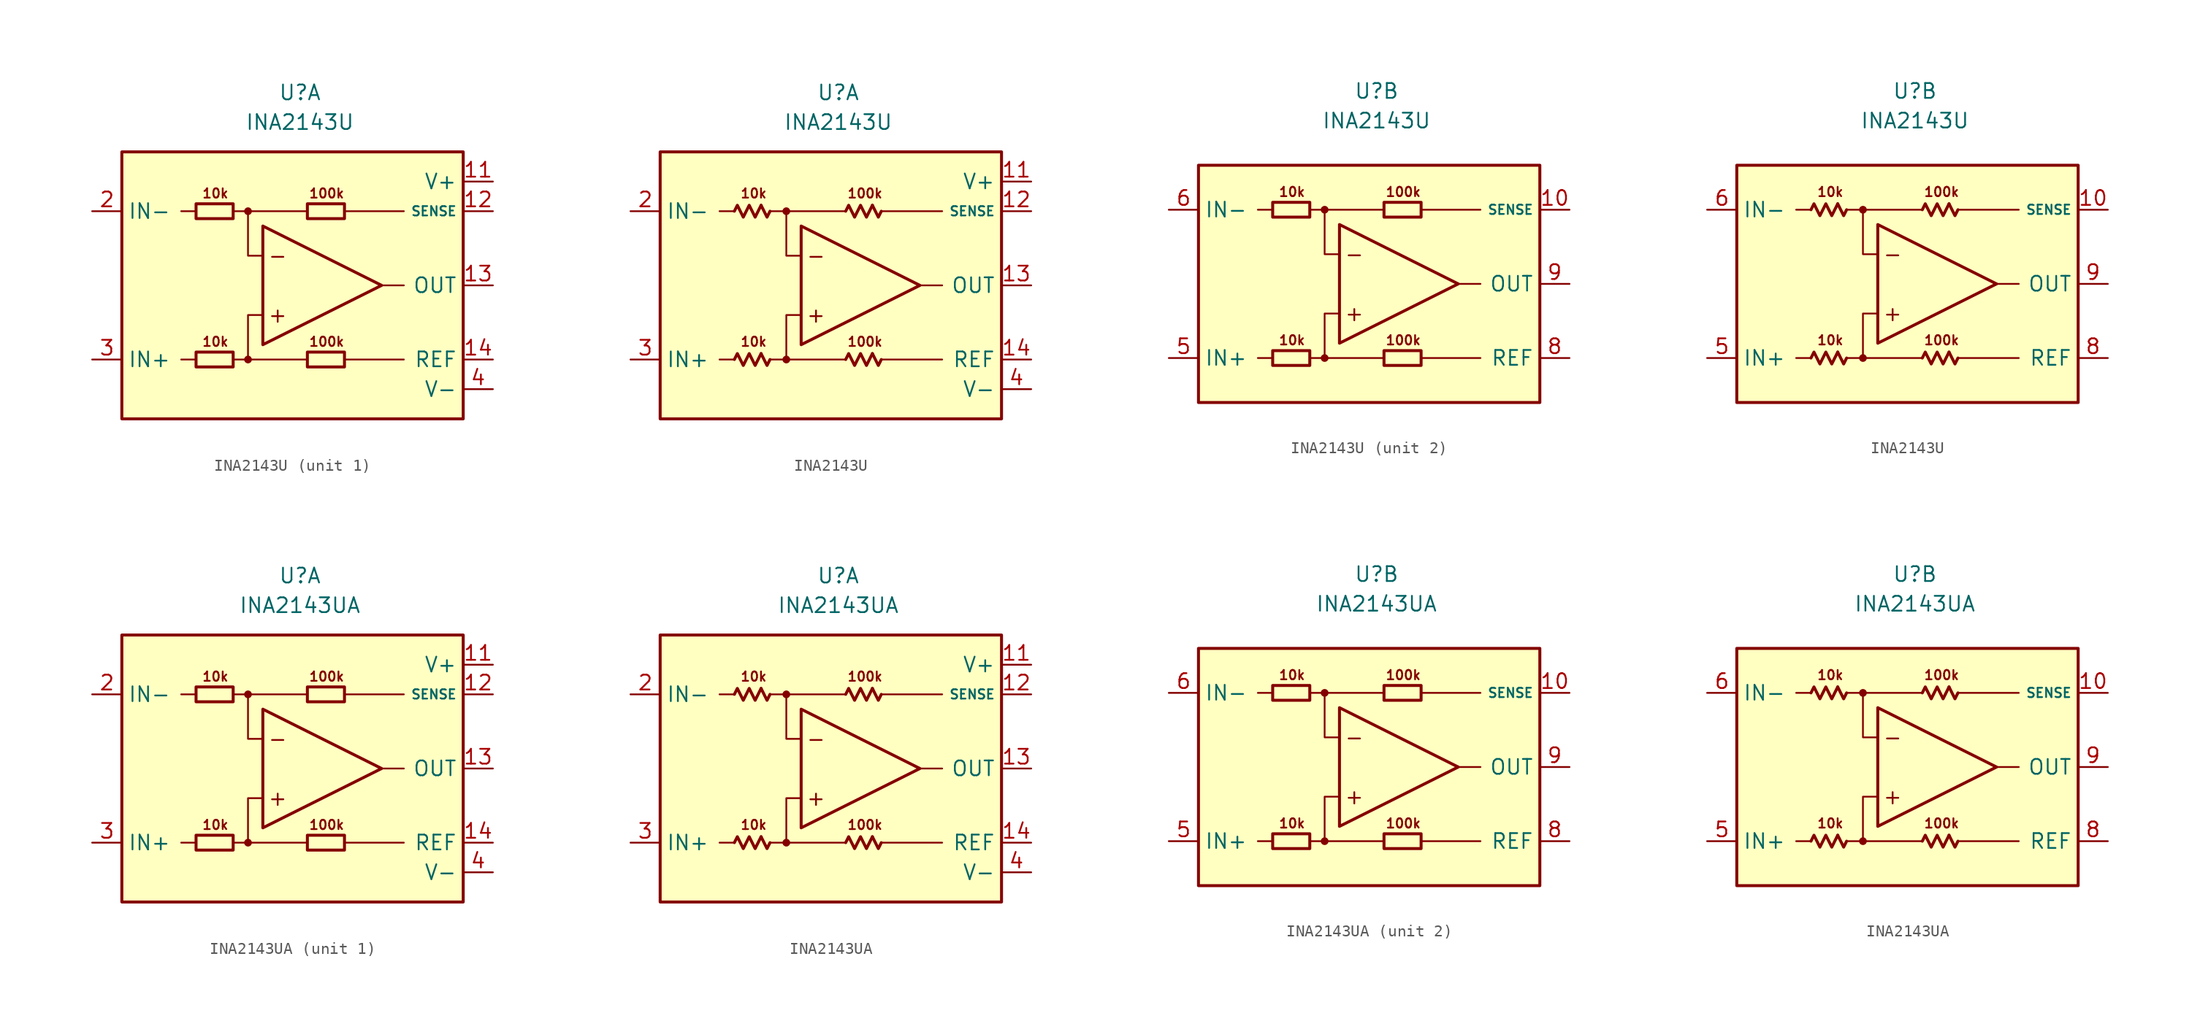
<source format=kicad_sym>
(kicad_symbol_lib
  (version 20231120)
  (generator "kicad_symbol_editor")
  (generator_version "8.0")
  (symbol "INA2143U"
    (property "Reference" "U"
      (at 0 16.51 0)
      (effects (font (size 1.27 1.27))))
    (property "Value" "INA2143U"
      (at 0 13.97 0)
      (effects (font (size 1.27 1.27))))
    (property "ki_locked" ""
      (at 0 0 0)
      (effects (font (size 1.27 1.27))))
    (symbol "INA2143U_0_0"
      (circle (center -4.445 -6.35) (radius 0.254) (stroke (width 0.152) (type default)) (fill (type outline)))
      (circle (center -4.445 6.35) (radius 0.254) (stroke (width 0.152) (type default)) (fill (type outline)))
      (polyline (pts (xy -8.89 -6.35) (xy -10.16 -6.35)) (stroke (width 0.152) (type default)) (fill (type none)))
      (polyline (pts (xy -8.89 6.35) (xy -10.16 6.35)) (stroke (width 0.152) (type default)) (fill (type none)))
      (polyline (pts (xy -4.445 6.35) (xy 0.635 6.35)) (stroke (width 0.152) (type default)) (fill (type none)))
      (polyline (pts (xy 0.635 -6.35) (xy -4.445 -6.35)) (stroke (width 0.152) (type default)) (fill (type none)))
      (polyline (pts (xy 3.81 -6.35) (xy 8.89 -6.35)) (stroke (width 0.152) (type default)) (fill (type none)))
      (polyline (pts (xy 3.81 6.35) (xy 8.89 6.35)) (stroke (width 0.152) (type default)) (fill (type none)))
      (polyline (pts (xy 8.89 0) (xy 6.985 0)) (stroke (width 0.152) (type default)) (fill (type none)))
      (polyline (pts (xy -5.715 -6.35) (xy -4.445 -6.35) (xy -4.445 -2.54) (xy -3.175 -2.54)) (stroke (width 0.152) (type default)) (fill (type none)))
      (polyline (pts (xy -3.175 2.54) (xy -4.445 2.54) (xy -4.445 6.35) (xy -5.715 6.35)) (stroke (width 0.152) (type default)) (fill (type none)))
      (polyline (pts (xy -3.175 5.08) (xy -3.175 -5.08) (xy 6.985 0) (xy -3.175 5.08)) (stroke (width 0.254) (type default)) (fill (type none)))
      (text "+" (at -1.905 -2.54 0) (effects (font (size 1.27 1.27))))
      (text "-" (at -1.905 2.54 0) (effects (font (size 1.27 1.27))))
      (text "100k" (at 2.286 -4.826 0) (effects (font (size 0.8 0.8))))
      (text "100k" (at 2.286 7.874 0) (effects (font (size 0.8 0.8))))
      (text "10k" (at -7.239 -4.826 0) (effects (font (size 0.8 0.8))))
      (text "10k" (at -7.239 7.874 0) (effects (font (size 0.8 0.8)))))
    (symbol "INA2143U_0_1"
      (rectangle (start -8.89 -5.715) (end -5.715 -6.985) (stroke (width 0.254) (type default)) (fill (type none)))
      (rectangle (start -8.89 6.985) (end -5.715 5.715) (stroke (width 0.254) (type default)) (fill (type none)))
      (rectangle (start 0.635 -5.715) (end 3.81 -6.985) (stroke (width 0.254) (type default)) (fill (type none)))
      (rectangle (start 0.635 6.985) (end 3.81 5.715) (stroke (width 0.254) (type default)) (fill (type none))))
    (symbol "INA2143U_0_2"
      (polyline (pts (xy -6.604 -5.842) (xy -6.096 -6.858) (xy -5.842 -6.35)) (stroke (width 0.254) (type default)) (fill (type none)))
      (polyline (pts (xy -6.604 6.858) (xy -6.096 5.842) (xy -5.842 6.35)) (stroke (width 0.254) (type default)) (fill (type none)))
      (polyline (pts (xy 2.921 -5.842) (xy 3.429 -6.858) (xy 3.683 -6.35)) (stroke (width 0.254) (type default)) (fill (type none)))
      (polyline (pts (xy 2.921 6.858) (xy 3.429 5.842) (xy 3.683 6.35)) (stroke (width 0.254) (type default)) (fill (type none)))
      (polyline (pts (xy -8.89 -6.35) (xy -8.636 -5.842) (xy -8.128 -6.858) (xy -7.62 -5.842) (xy -7.112 -6.858) (xy -6.604 -5.842)) (stroke (width 0.254) (type default)) (fill (type none)))
      (polyline (pts (xy -8.89 6.35) (xy -8.636 6.858) (xy -8.128 5.842) (xy -7.62 6.858) (xy -7.112 5.842) (xy -6.604 6.858)) (stroke (width 0.254) (type default)) (fill (type none)))
      (polyline (pts (xy 0.635 -6.35) (xy 0.889 -5.842) (xy 1.397 -6.858) (xy 1.905 -5.842) (xy 2.413 -6.858) (xy 2.921 -5.842)) (stroke (width 0.254) (type default)) (fill (type none)))
      (polyline (pts (xy 0.635 6.35) (xy 0.889 6.858) (xy 1.397 5.842) (xy 1.905 6.858) (xy 2.413 5.842) (xy 2.921 6.858)) (stroke (width 0.254) (type default)) (fill (type none))))
    (symbol "INA2143U_1_0"
      (rectangle (start -15.24 11.43) (end 13.97 -11.43) (stroke (width 0.254) (type default)) (fill (type background))))
    (symbol "INA2143U_1_1"
      (pin free line (at -10.16 1.27 0) (length 2.54) hide (name "NC" (effects (font (size 1.27 1.27)))) (number "1" (effects (font (size 1.27 1.27)))))
      (pin power_in line (at 16.51 8.89 180) (length 2.54) (name "V+" (effects (font (size 1.27 1.27)))) (number "11" (effects (font (size 1.27 1.27)))))
      (pin input line (at 16.51 6.35 180) (length 2.54) (name "SENSE" (effects (font (size 0.8 0.8)))) (number "12" (effects (font (size 1.27 1.27)))))
      (pin output line (at 16.51 0 180) (length 2.54) (name "OUT" (effects (font (size 1.27 1.27)))) (number "13" (effects (font (size 1.27 1.27)))))
      (pin input line (at 16.51 -6.35 180) (length 2.54) (name "REF" (effects (font (size 1.27 1.27)))) (number "14" (effects (font (size 1.27 1.27)))))
      (pin input line (at -17.78 6.35 0) (length 2.54) (name "IN-" (effects (font (size 1.27 1.27)))) (number "2" (effects (font (size 1.27 1.27)))))
      (pin input line (at -17.78 -6.35 0) (length 2.54) (name "IN+" (effects (font (size 1.27 1.27)))) (number "3" (effects (font (size 1.27 1.27)))))
      (pin power_in line (at 16.51 -8.89 180) (length 2.54) (name "V-" (effects (font (size 1.27 1.27)))) (number "4" (effects (font (size 1.27 1.27)))))
      (pin free line (at -10.16 -1.27 0) (length 2.54) hide (name "NC" (effects (font (size 1.27 1.27)))) (number "7" (effects (font (size 1.27 1.27))))))
    (symbol "INA2143U_1_2"
      (pin free line (at -10.16 1.27 0) (length 2.54) hide (name "NC" (effects (font (size 1.27 1.27)))) (number "1" (effects (font (size 1.27 1.27)))))
      (pin power_in line (at 16.51 8.89 180) (length 2.54) (name "V+" (effects (font (size 1.27 1.27)))) (number "11" (effects (font (size 1.27 1.27)))))
      (pin input line (at 16.51 6.35 180) (length 2.54) (name "SENSE" (effects (font (size 0.8 0.8)))) (number "12" (effects (font (size 1.27 1.27)))))
      (pin output line (at 16.51 0 180) (length 2.54) (name "OUT" (effects (font (size 1.27 1.27)))) (number "13" (effects (font (size 1.27 1.27)))))
      (pin input line (at 16.51 -6.35 180) (length 2.54) (name "REF" (effects (font (size 1.27 1.27)))) (number "14" (effects (font (size 1.27 1.27)))))
      (pin input line (at -17.78 6.35 0) (length 2.54) (name "IN-" (effects (font (size 1.27 1.27)))) (number "2" (effects (font (size 1.27 1.27)))))
      (pin input line (at -17.78 -6.35 0) (length 2.54) (name "IN+" (effects (font (size 1.27 1.27)))) (number "3" (effects (font (size 1.27 1.27)))))
      (pin power_in line (at 16.51 -8.89 180) (length 2.54) (name "V-" (effects (font (size 1.27 1.27)))) (number "4" (effects (font (size 1.27 1.27)))))
      (pin free line (at -10.16 -1.27 0) (length 2.54) hide (name "NC" (effects (font (size 1.27 1.27)))) (number "7" (effects (font (size 1.27 1.27))))))
    (symbol "INA2143U_2_0"
      (rectangle (start -15.24 10.16) (end 13.97 -10.16) (stroke (width 0.254) (type default)) (fill (type background))))
    (symbol "INA2143U_2_1"
      (pin input line (at 16.51 6.35 180) (length 2.54) (name "SENSE" (effects (font (size 0.8 0.8)))) (number "10" (effects (font (size 1.27 1.27)))))
      (pin input line (at -17.78 -6.35 0) (length 2.54) (name "IN+" (effects (font (size 1.27 1.27)))) (number "5" (effects (font (size 1.27 1.27)))))
      (pin input line (at -17.78 6.35 0) (length 2.54) (name "IN-" (effects (font (size 1.27 1.27)))) (number "6" (effects (font (size 1.27 1.27)))))
      (pin input line (at 16.51 -6.35 180) (length 2.54) (name "REF" (effects (font (size 1.27 1.27)))) (number "8" (effects (font (size 1.27 1.27)))))
      (pin output line (at 16.51 0 180) (length 2.54) (name "OUT" (effects (font (size 1.27 1.27)))) (number "9" (effects (font (size 1.27 1.27))))))
    (symbol "INA2143U_2_2"
      (pin input line (at 16.51 6.35 180) (length 2.54) (name "SENSE" (effects (font (size 0.8 0.8)))) (number "10" (effects (font (size 1.27 1.27)))))
      (pin input line (at -17.78 -6.35 0) (length 2.54) (name "IN+" (effects (font (size 1.27 1.27)))) (number "5" (effects (font (size 1.27 1.27)))))
      (pin input line (at -17.78 6.35 0) (length 2.54) (name "IN-" (effects (font (size 1.27 1.27)))) (number "6" (effects (font (size 1.27 1.27)))))
      (pin input line (at 16.51 -6.35 180) (length 2.54) (name "REF" (effects (font (size 1.27 1.27)))) (number "8" (effects (font (size 1.27 1.27)))))
      (pin output line (at 16.51 0 180) (length 2.54) (name "OUT" (effects (font (size 1.27 1.27)))) (number "9" (effects (font (size 1.27 1.27)))))))
  (symbol "INA2143UA"
    (property "Reference" "U"
      (at 0 16.51 0)
      (effects (font (size 1.27 1.27))))
    (property "Value" "INA2143UA"
      (at 0 13.97 0)
      (effects (font (size 1.27 1.27))))
    (property "ki_locked" ""
      (at 0 0 0)
      (effects (font (size 1.27 1.27))))
    (symbol "INA2143UA_0_0"
      (circle (center -4.445 -6.35) (radius 0.254) (stroke (width 0.152) (type default)) (fill (type outline)))
      (circle (center -4.445 6.35) (radius 0.254) (stroke (width 0.152) (type default)) (fill (type outline)))
      (polyline (pts (xy -8.89 -6.35) (xy -10.16 -6.35)) (stroke (width 0.152) (type default)) (fill (type none)))
      (polyline (pts (xy -8.89 6.35) (xy -10.16 6.35)) (stroke (width 0.152) (type default)) (fill (type none)))
      (polyline (pts (xy -4.445 6.35) (xy 0.635 6.35)) (stroke (width 0.152) (type default)) (fill (type none)))
      (polyline (pts (xy 0.635 -6.35) (xy -4.445 -6.35)) (stroke (width 0.152) (type default)) (fill (type none)))
      (polyline (pts (xy 3.81 -6.35) (xy 8.89 -6.35)) (stroke (width 0.152) (type default)) (fill (type none)))
      (polyline (pts (xy 3.81 6.35) (xy 8.89 6.35)) (stroke (width 0.152) (type default)) (fill (type none)))
      (polyline (pts (xy 8.89 0) (xy 6.985 0)) (stroke (width 0.152) (type default)) (fill (type none)))
      (polyline (pts (xy -5.715 -6.35) (xy -4.445 -6.35) (xy -4.445 -2.54) (xy -3.175 -2.54)) (stroke (width 0.152) (type default)) (fill (type none)))
      (polyline (pts (xy -3.175 2.54) (xy -4.445 2.54) (xy -4.445 6.35) (xy -5.715 6.35)) (stroke (width 0.152) (type default)) (fill (type none)))
      (polyline (pts (xy -3.175 5.08) (xy -3.175 -5.08) (xy 6.985 0) (xy -3.175 5.08)) (stroke (width 0.254) (type default)) (fill (type none)))
      (text "+" (at -1.905 -2.54 0) (effects (font (size 1.27 1.27))))
      (text "-" (at -1.905 2.54 0) (effects (font (size 1.27 1.27))))
      (text "100k" (at 2.286 -4.826 0) (effects (font (size 0.8 0.8))))
      (text "100k" (at 2.286 7.874 0) (effects (font (size 0.8 0.8))))
      (text "10k" (at -7.239 -4.826 0) (effects (font (size 0.8 0.8))))
      (text "10k" (at -7.239 7.874 0) (effects (font (size 0.8 0.8)))))
    (symbol "INA2143UA_0_1"
      (rectangle (start -8.89 -5.715) (end -5.715 -6.985) (stroke (width 0.254) (type default)) (fill (type none)))
      (rectangle (start -8.89 6.985) (end -5.715 5.715) (stroke (width 0.254) (type default)) (fill (type none)))
      (rectangle (start 0.635 -5.715) (end 3.81 -6.985) (stroke (width 0.254) (type default)) (fill (type none)))
      (rectangle (start 0.635 6.985) (end 3.81 5.715) (stroke (width 0.254) (type default)) (fill (type none))))
    (symbol "INA2143UA_0_2"
      (polyline (pts (xy -6.604 -5.842) (xy -6.096 -6.858) (xy -5.842 -6.35)) (stroke (width 0.254) (type default)) (fill (type none)))
      (polyline (pts (xy -6.604 6.858) (xy -6.096 5.842) (xy -5.842 6.35)) (stroke (width 0.254) (type default)) (fill (type none)))
      (polyline (pts (xy 2.921 -5.842) (xy 3.429 -6.858) (xy 3.683 -6.35)) (stroke (width 0.254) (type default)) (fill (type none)))
      (polyline (pts (xy 2.921 6.858) (xy 3.429 5.842) (xy 3.683 6.35)) (stroke (width 0.254) (type default)) (fill (type none)))
      (polyline (pts (xy -8.89 -6.35) (xy -8.636 -5.842) (xy -8.128 -6.858) (xy -7.62 -5.842) (xy -7.112 -6.858) (xy -6.604 -5.842)) (stroke (width 0.254) (type default)) (fill (type none)))
      (polyline (pts (xy -8.89 6.35) (xy -8.636 6.858) (xy -8.128 5.842) (xy -7.62 6.858) (xy -7.112 5.842) (xy -6.604 6.858)) (stroke (width 0.254) (type default)) (fill (type none)))
      (polyline (pts (xy 0.635 -6.35) (xy 0.889 -5.842) (xy 1.397 -6.858) (xy 1.905 -5.842) (xy 2.413 -6.858) (xy 2.921 -5.842)) (stroke (width 0.254) (type default)) (fill (type none)))
      (polyline (pts (xy 0.635 6.35) (xy 0.889 6.858) (xy 1.397 5.842) (xy 1.905 6.858) (xy 2.413 5.842) (xy 2.921 6.858)) (stroke (width 0.254) (type default)) (fill (type none))))
    (symbol "INA2143UA_1_0"
      (rectangle (start -15.24 11.43) (end 13.97 -11.43) (stroke (width 0.254) (type default)) (fill (type background))))
    (symbol "INA2143UA_1_1"
      (pin free line (at -10.16 1.27 0) (length 2.54) hide (name "NC" (effects (font (size 1.27 1.27)))) (number "1" (effects (font (size 1.27 1.27)))))
      (pin power_in line (at 16.51 8.89 180) (length 2.54) (name "V+" (effects (font (size 1.27 1.27)))) (number "11" (effects (font (size 1.27 1.27)))))
      (pin input line (at 16.51 6.35 180) (length 2.54) (name "SENSE" (effects (font (size 0.8 0.8)))) (number "12" (effects (font (size 1.27 1.27)))))
      (pin output line (at 16.51 0 180) (length 2.54) (name "OUT" (effects (font (size 1.27 1.27)))) (number "13" (effects (font (size 1.27 1.27)))))
      (pin input line (at 16.51 -6.35 180) (length 2.54) (name "REF" (effects (font (size 1.27 1.27)))) (number "14" (effects (font (size 1.27 1.27)))))
      (pin input line (at -17.78 6.35 0) (length 2.54) (name "IN-" (effects (font (size 1.27 1.27)))) (number "2" (effects (font (size 1.27 1.27)))))
      (pin input line (at -17.78 -6.35 0) (length 2.54) (name "IN+" (effects (font (size 1.27 1.27)))) (number "3" (effects (font (size 1.27 1.27)))))
      (pin power_in line (at 16.51 -8.89 180) (length 2.54) (name "V-" (effects (font (size 1.27 1.27)))) (number "4" (effects (font (size 1.27 1.27)))))
      (pin free line (at -10.16 -1.27 0) (length 2.54) hide (name "NC" (effects (font (size 1.27 1.27)))) (number "7" (effects (font (size 1.27 1.27))))))
    (symbol "INA2143UA_1_2"
      (pin free line (at -10.16 1.27 0) (length 2.54) hide (name "NC" (effects (font (size 1.27 1.27)))) (number "1" (effects (font (size 1.27 1.27)))))
      (pin power_in line (at 16.51 8.89 180) (length 2.54) (name "V+" (effects (font (size 1.27 1.27)))) (number "11" (effects (font (size 1.27 1.27)))))
      (pin input line (at 16.51 6.35 180) (length 2.54) (name "SENSE" (effects (font (size 0.8 0.8)))) (number "12" (effects (font (size 1.27 1.27)))))
      (pin output line (at 16.51 0 180) (length 2.54) (name "OUT" (effects (font (size 1.27 1.27)))) (number "13" (effects (font (size 1.27 1.27)))))
      (pin input line (at 16.51 -6.35 180) (length 2.54) (name "REF" (effects (font (size 1.27 1.27)))) (number "14" (effects (font (size 1.27 1.27)))))
      (pin input line (at -17.78 6.35 0) (length 2.54) (name "IN-" (effects (font (size 1.27 1.27)))) (number "2" (effects (font (size 1.27 1.27)))))
      (pin input line (at -17.78 -6.35 0) (length 2.54) (name "IN+" (effects (font (size 1.27 1.27)))) (number "3" (effects (font (size 1.27 1.27)))))
      (pin power_in line (at 16.51 -8.89 180) (length 2.54) (name "V-" (effects (font (size 1.27 1.27)))) (number "4" (effects (font (size 1.27 1.27)))))
      (pin free line (at -10.16 -1.27 0) (length 2.54) hide (name "NC" (effects (font (size 1.27 1.27)))) (number "7" (effects (font (size 1.27 1.27))))))
    (symbol "INA2143UA_2_0"
      (rectangle (start -15.24 10.16) (end 13.97 -10.16) (stroke (width 0.254) (type default)) (fill (type background))))
    (symbol "INA2143UA_2_1"
      (pin input line (at 16.51 6.35 180) (length 2.54) (name "SENSE" (effects (font (size 0.8 0.8)))) (number "10" (effects (font (size 1.27 1.27)))))
      (pin input line (at -17.78 -6.35 0) (length 2.54) (name "IN+" (effects (font (size 1.27 1.27)))) (number "5" (effects (font (size 1.27 1.27)))))
      (pin input line (at -17.78 6.35 0) (length 2.54) (name "IN-" (effects (font (size 1.27 1.27)))) (number "6" (effects (font (size 1.27 1.27)))))
      (pin input line (at 16.51 -6.35 180) (length 2.54) (name "REF" (effects (font (size 1.27 1.27)))) (number "8" (effects (font (size 1.27 1.27)))))
      (pin output line (at 16.51 0 180) (length 2.54) (name "OUT" (effects (font (size 1.27 1.27)))) (number "9" (effects (font (size 1.27 1.27))))))
    (symbol "INA2143UA_2_2"
      (pin input line (at 16.51 6.35 180) (length 2.54) (name "SENSE" (effects (font (size 0.8 0.8)))) (number "10" (effects (font (size 1.27 1.27)))))
      (pin input line (at -17.78 -6.35 0) (length 2.54) (name "IN+" (effects (font (size 1.27 1.27)))) (number "5" (effects (font (size 1.27 1.27)))))
      (pin input line (at -17.78 6.35 0) (length 2.54) (name "IN-" (effects (font (size 1.27 1.27)))) (number "6" (effects (font (size 1.27 1.27)))))
      (pin input line (at 16.51 -6.35 180) (length 2.54) (name "REF" (effects (font (size 1.27 1.27)))) (number "8" (effects (font (size 1.27 1.27)))))
      (pin output line (at 16.51 0 180) (length 2.54) (name "OUT" (effects (font (size 1.27 1.27)))) (number "9" (effects (font (size 1.27 1.27))))))))
</source>
